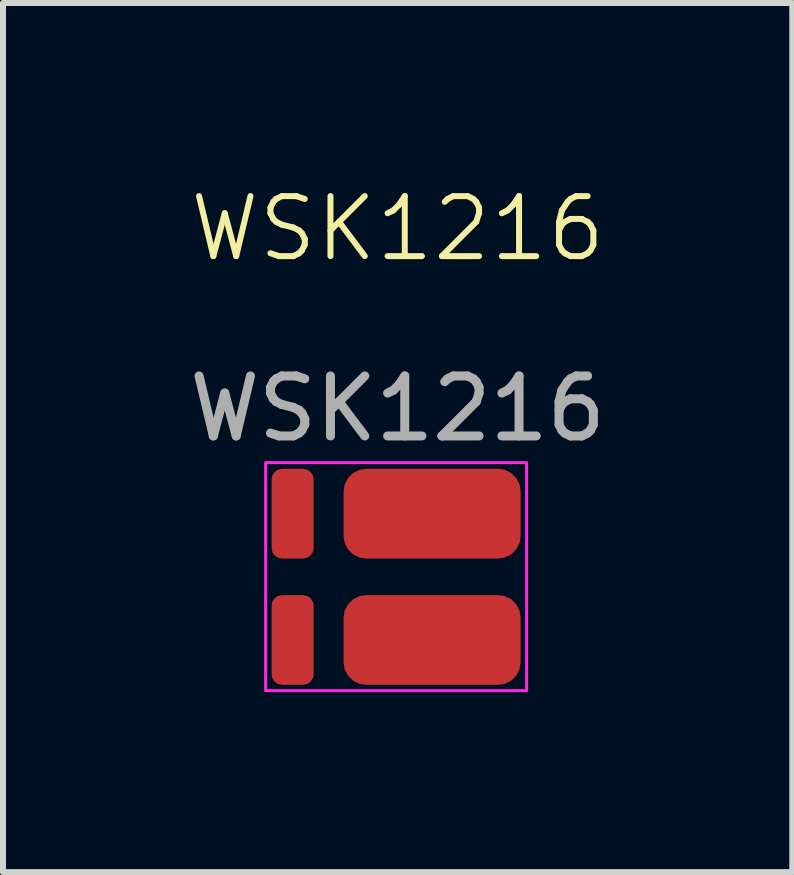
<source format=kicad_pcb>
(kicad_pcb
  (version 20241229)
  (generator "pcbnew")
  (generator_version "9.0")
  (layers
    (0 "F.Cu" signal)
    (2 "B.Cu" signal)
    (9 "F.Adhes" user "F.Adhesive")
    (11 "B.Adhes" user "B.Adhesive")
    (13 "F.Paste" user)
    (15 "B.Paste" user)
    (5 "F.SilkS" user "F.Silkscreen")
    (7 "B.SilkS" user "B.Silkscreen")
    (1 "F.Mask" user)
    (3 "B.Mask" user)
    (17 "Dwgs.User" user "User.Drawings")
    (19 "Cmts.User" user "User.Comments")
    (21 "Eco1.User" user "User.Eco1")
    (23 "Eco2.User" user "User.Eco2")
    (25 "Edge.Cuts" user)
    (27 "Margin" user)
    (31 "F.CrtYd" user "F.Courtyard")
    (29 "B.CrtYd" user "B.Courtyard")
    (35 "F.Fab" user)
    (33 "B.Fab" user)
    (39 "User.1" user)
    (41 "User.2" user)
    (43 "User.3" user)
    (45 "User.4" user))
  (footprint "WSK1216"
    (layer "F.Cu")
    (at 1.827 5.511)
    (property "Reference" "WSK1216" (at 1.75 -4.75 0) (unlocked yes) (layer "F.SilkS") (effects (font (size 1 1) (thickness 0.1))))
    (attr smd)
    (fp_rect (start -0.45 -0.85) (end 3.9 2.95) (stroke (width 0.05) (type default)) (fill no) (layer "F.CrtYd"))
    (fp_text user "${REFERENCE}" (at 1.75 -1.75 0) (unlocked yes) (layer "F.Fab") (effects (font (size 1 1) (thickness 0.15))))
    (pad "1" smd roundrect (at 2.325 0) (size 2.95 1.495) (layers "F.Cu" "F.Mask" "F.Paste") (roundrect_rratio 0.25))
    (pad "2" smd roundrect (at 0 0) (size 0.7 1.495) (layers "F.Cu" "F.Mask" "F.Paste") (roundrect_rratio 0.25))
    (pad "3" smd roundrect (at 0 2.105) (size 0.7 1.495) (layers "F.Cu" "F.Mask" "F.Paste") (roundrect_rratio 0.25))
    (pad "4" smd roundrect (at 2.325 2.105) (size 2.95 1.495) (layers "F.Cu" "F.Mask" "F.Paste") (roundrect_rratio 0.25)))
  (gr_rect
    (start -3 -3)
    (end 10.155 11.486)
    (stroke (width 0.1) (type default))
    (fill no)
    (layer "Edge.Cuts")))
</source>
